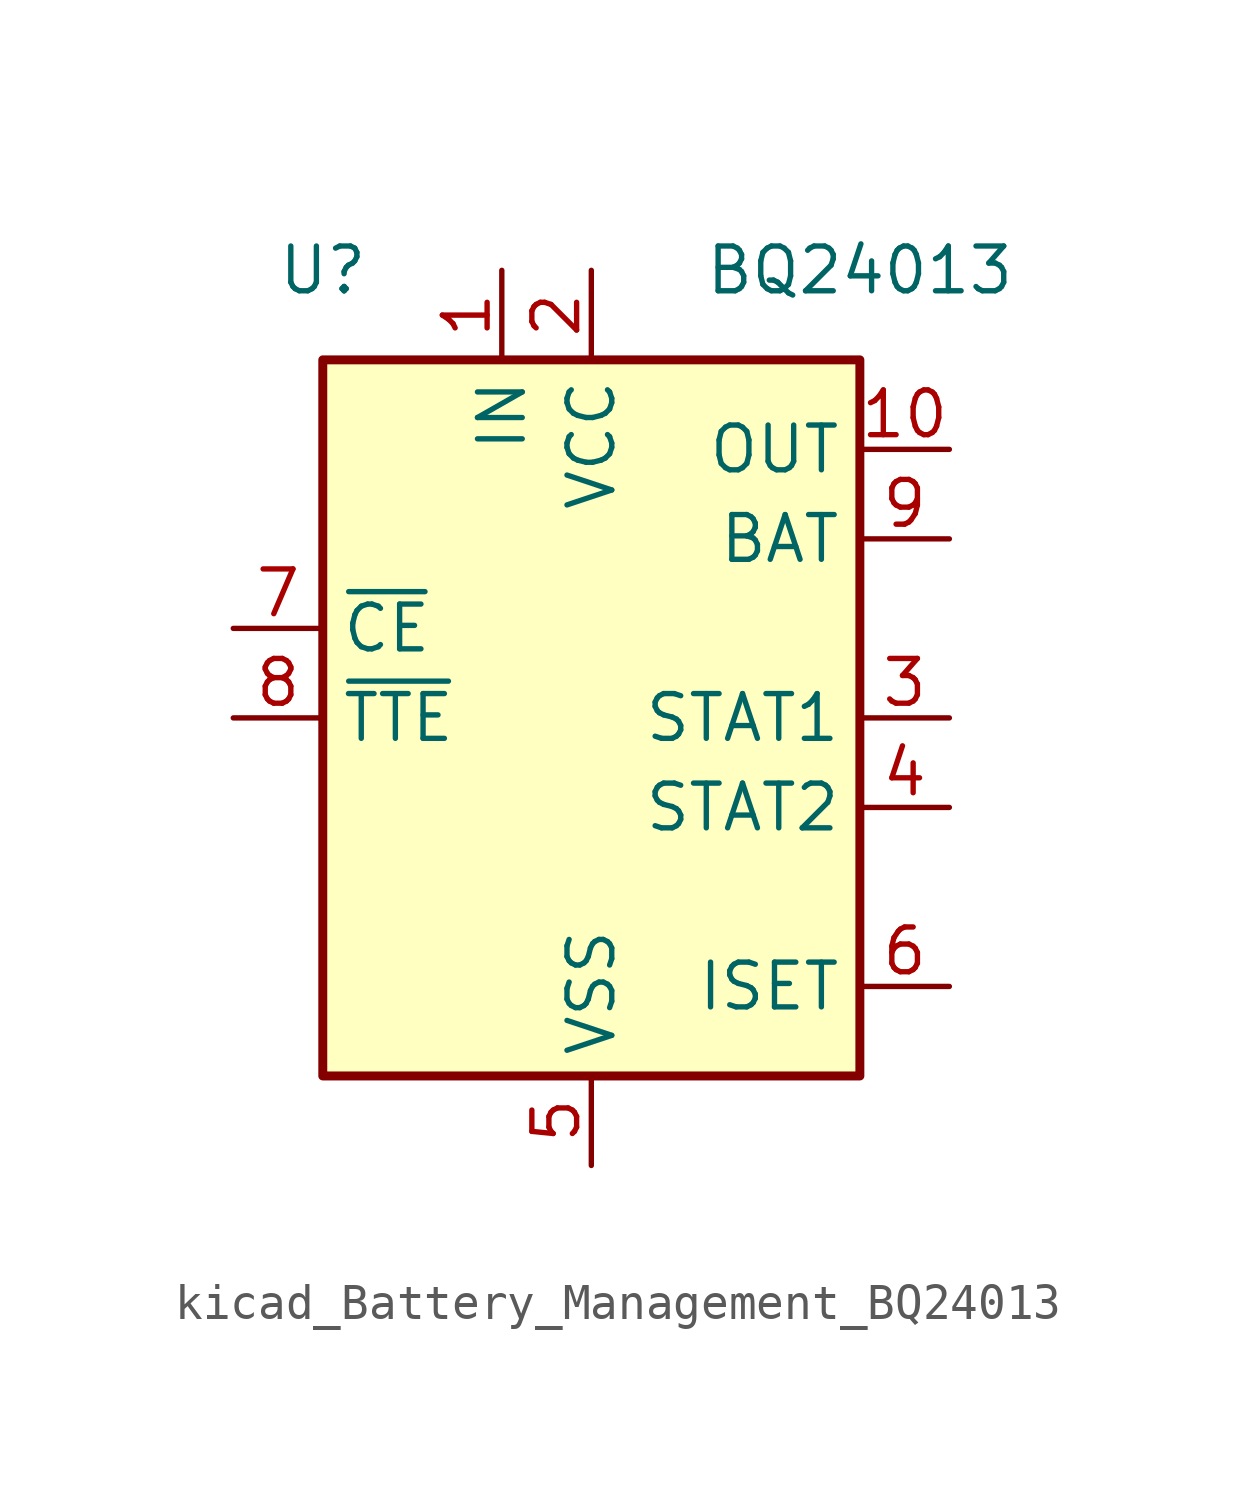
<source format=kicad_sym>
(kicad_symbol_lib
  (version 20220914)
  (generator kicad_symbol_editor)
  (symbol "kicad_Battery_Management_BQ24013"
    (property "Reference" "U"
      (at -7.62 12.7 0)
      (effects (font (size 1.27 1.27))))
    (property "Value" "BQ24013"
      (at 7.62 12.7 0)
      (effects (font (size 1.27 1.27))))
    (symbol "kicad_Battery_Management_BQ24013_0_1"
      (rectangle (start -7.62 10.16) (end 7.62 -10.16) (stroke (width 0.254) (type default)) (fill (type background))))
    (symbol "kicad_Battery_Management_BQ24013_1_1"
      (pin power_in line (at -2.54 12.7 270) (length 2.54) (name "IN" (effects (font (size 1.27 1.27)))) (number "1" (effects (font (size 1.27 1.27)))))
      (pin power_out line (at 10.16 7.62 180) (length 2.54) (name "OUT" (effects (font (size 1.27 1.27)))) (number "10" (effects (font (size 1.27 1.27)))))
      (pin passive line (at 0 -12.7 90) (length 2.54) hide (name "VSS" (effects (font (size 1.27 1.27)))) (number "11" (effects (font (size 1.27 1.27)))))
      (pin power_in line (at 0 12.7 270) (length 2.54) (name "VCC" (effects (font (size 1.27 1.27)))) (number "2" (effects (font (size 1.27 1.27)))))
      (pin open_collector line (at 10.16 0 180) (length 2.54) (name "STAT1" (effects (font (size 1.27 1.27)))) (number "3" (effects (font (size 1.27 1.27)))))
      (pin open_collector line (at 10.16 -2.54 180) (length 2.54) (name "STAT2" (effects (font (size 1.27 1.27)))) (number "4" (effects (font (size 1.27 1.27)))))
      (pin power_in line (at 0 -12.7 90) (length 2.54) (name "VSS" (effects (font (size 1.27 1.27)))) (number "5" (effects (font (size 1.27 1.27)))))
      (pin output line (at 10.16 -7.62 180) (length 2.54) (name "ISET" (effects (font (size 1.27 1.27)))) (number "6" (effects (font (size 1.27 1.27)))))
      (pin input line (at -10.16 2.54 0) (length 2.54) (name "~{CE}" (effects (font (size 1.27 1.27)))) (number "7" (effects (font (size 1.27 1.27)))))
      (pin input line (at -10.16 0 0) (length 2.54) (name "~{TTE}" (effects (font (size 1.27 1.27)))) (number "8" (effects (font (size 1.27 1.27)))))
      (pin input line (at 10.16 5.08 180) (length 2.54) (name "BAT" (effects (font (size 1.27 1.27)))) (number "9" (effects (font (size 1.27 1.27))))))))
</source>
